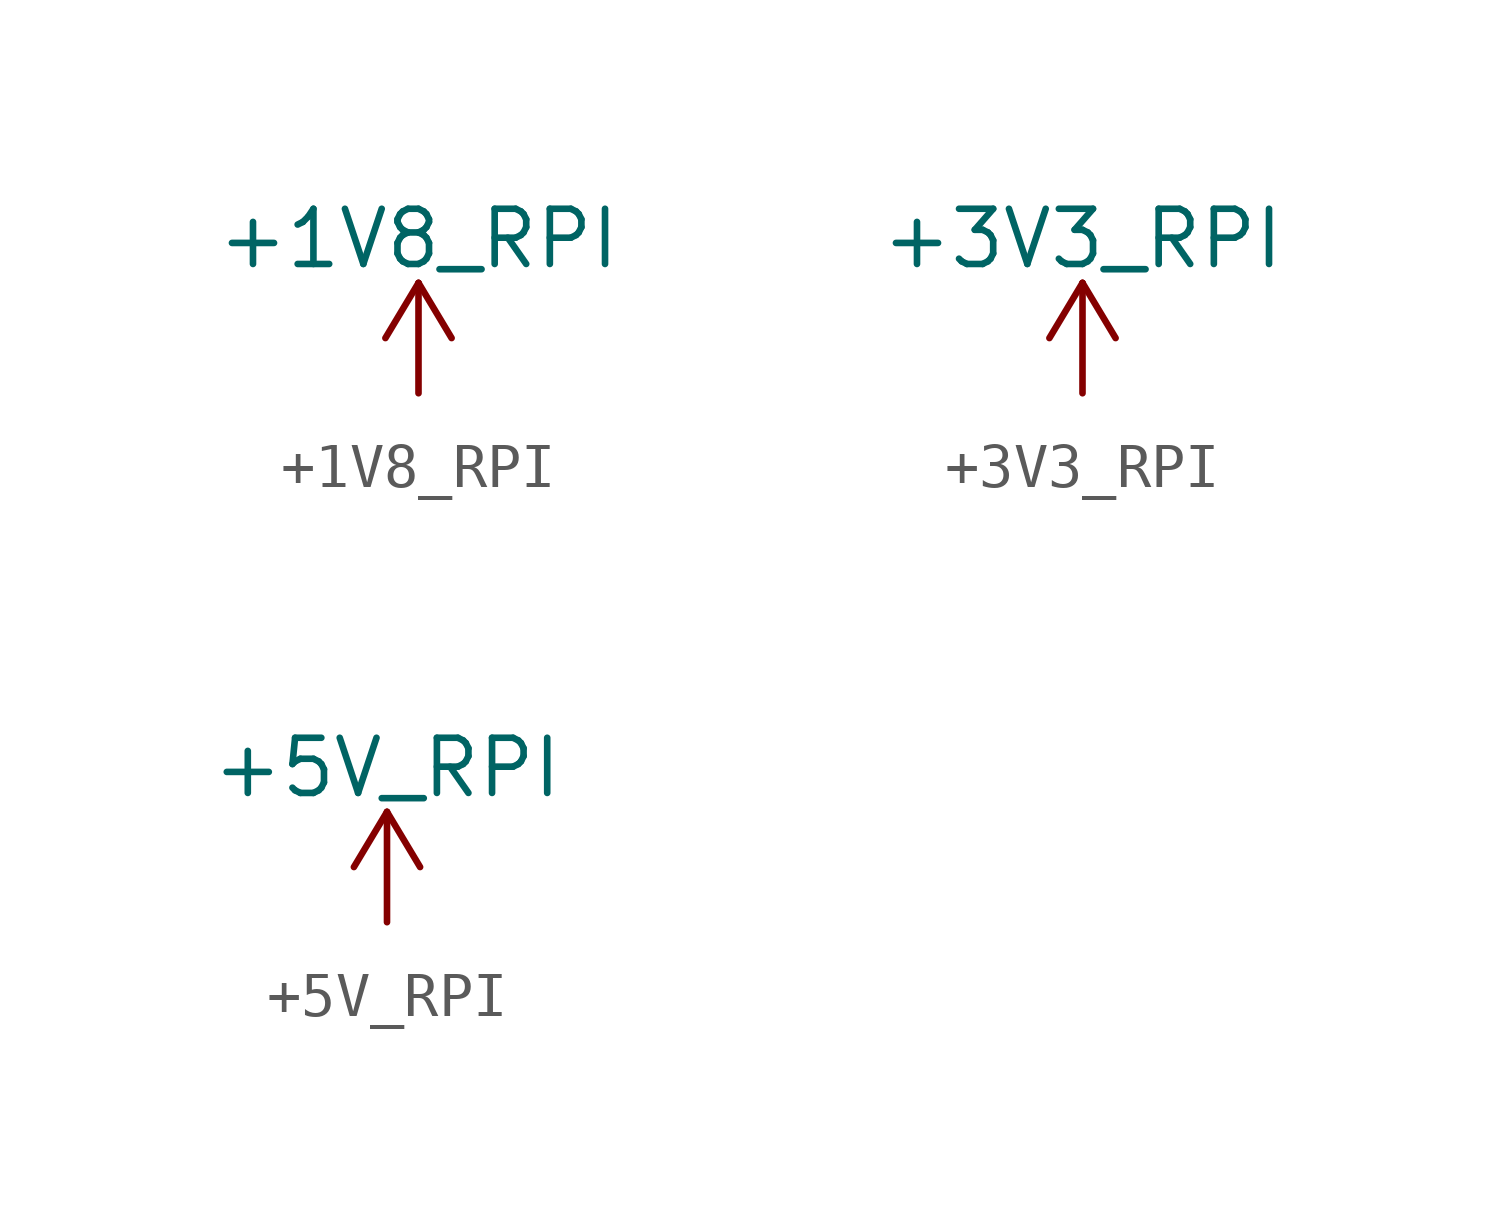
<source format=kicad_sym>
(kicad_symbol_lib
  (version 20201005)
  (generator kicad_symbol_editor)
  (symbol "Power:+1V8_RPI"
    (power)
    (pin_names
      (offset 0))
    (property "Reference" "#PWR"
      (at 0 -3.81 0)
      (effects (font (size 1.27 1.27)) hide))
    (property "Value" "+1V8_RPI"
      (at 0 3.556 0)
      (effects (font (size 1.27 1.27))))
    (symbol "+1V8_RPI_0_1"
      (polyline (pts (xy -0.762 1.27) (xy 0 2.54)) (stroke (width 0)) (fill (type none)))
      (polyline (pts (xy 0 0) (xy 0 2.54)) (stroke (width 0)) (fill (type none)))
      (polyline (pts (xy 0 2.54) (xy 0.762 1.27)) (stroke (width 0)) (fill (type none))))
    (symbol "+1V8_RPI_1_1"
      (pin power_in line (at 0 0 90) (length 0) hide (name "+1V8_RPI" (effects (font (size 1.27 1.27)))) (number "1" (effects (font (size 1.27 1.27)))))))
  (symbol "Power:+3V3_RPI"
    (power)
    (pin_names
      (offset 0))
    (property "Reference" "#PWR"
      (at 0 -3.81 0)
      (effects (font (size 1.27 1.27)) hide))
    (property "Value" "+3V3_RPI"
      (at 0 3.556 0)
      (effects (font (size 1.27 1.27))))
    (symbol "+3V3_RPI_0_1"
      (polyline (pts (xy -0.762 1.27) (xy 0 2.54)) (stroke (width 0)) (fill (type none)))
      (polyline (pts (xy 0 0) (xy 0 2.54)) (stroke (width 0)) (fill (type none)))
      (polyline (pts (xy 0 2.54) (xy 0.762 1.27)) (stroke (width 0)) (fill (type none))))
    (symbol "+3V3_RPI_1_1"
      (pin power_in line (at 0 0 90) (length 0) hide (name "+3V3_RPI" (effects (font (size 1.27 1.27)))) (number "1" (effects (font (size 1.27 1.27)))))))
  (symbol "Power:+5V_RPI"
    (power)
    (pin_names
      (offset 0))
    (property "Reference" "#PWR"
      (at 0 -3.81 0)
      (effects (font (size 1.27 1.27)) hide))
    (property "Value" "+5V_RPI"
      (at 0 3.556 0)
      (effects (font (size 1.27 1.27))))
    (symbol "+5V_RPI_0_1"
      (polyline (pts (xy -0.762 1.27) (xy 0 2.54)) (stroke (width 0)) (fill (type none)))
      (polyline (pts (xy 0 0) (xy 0 2.54)) (stroke (width 0)) (fill (type none)))
      (polyline (pts (xy 0 2.54) (xy 0.762 1.27)) (stroke (width 0)) (fill (type none))))
    (symbol "+5V_RPI_1_1"
      (pin power_in line (at 0 0 90) (length 0) hide (name "+5V_RPI" (effects (font (size 1.27 1.27)))) (number "1" (effects (font (size 1.27 1.27))))))))
</source>
